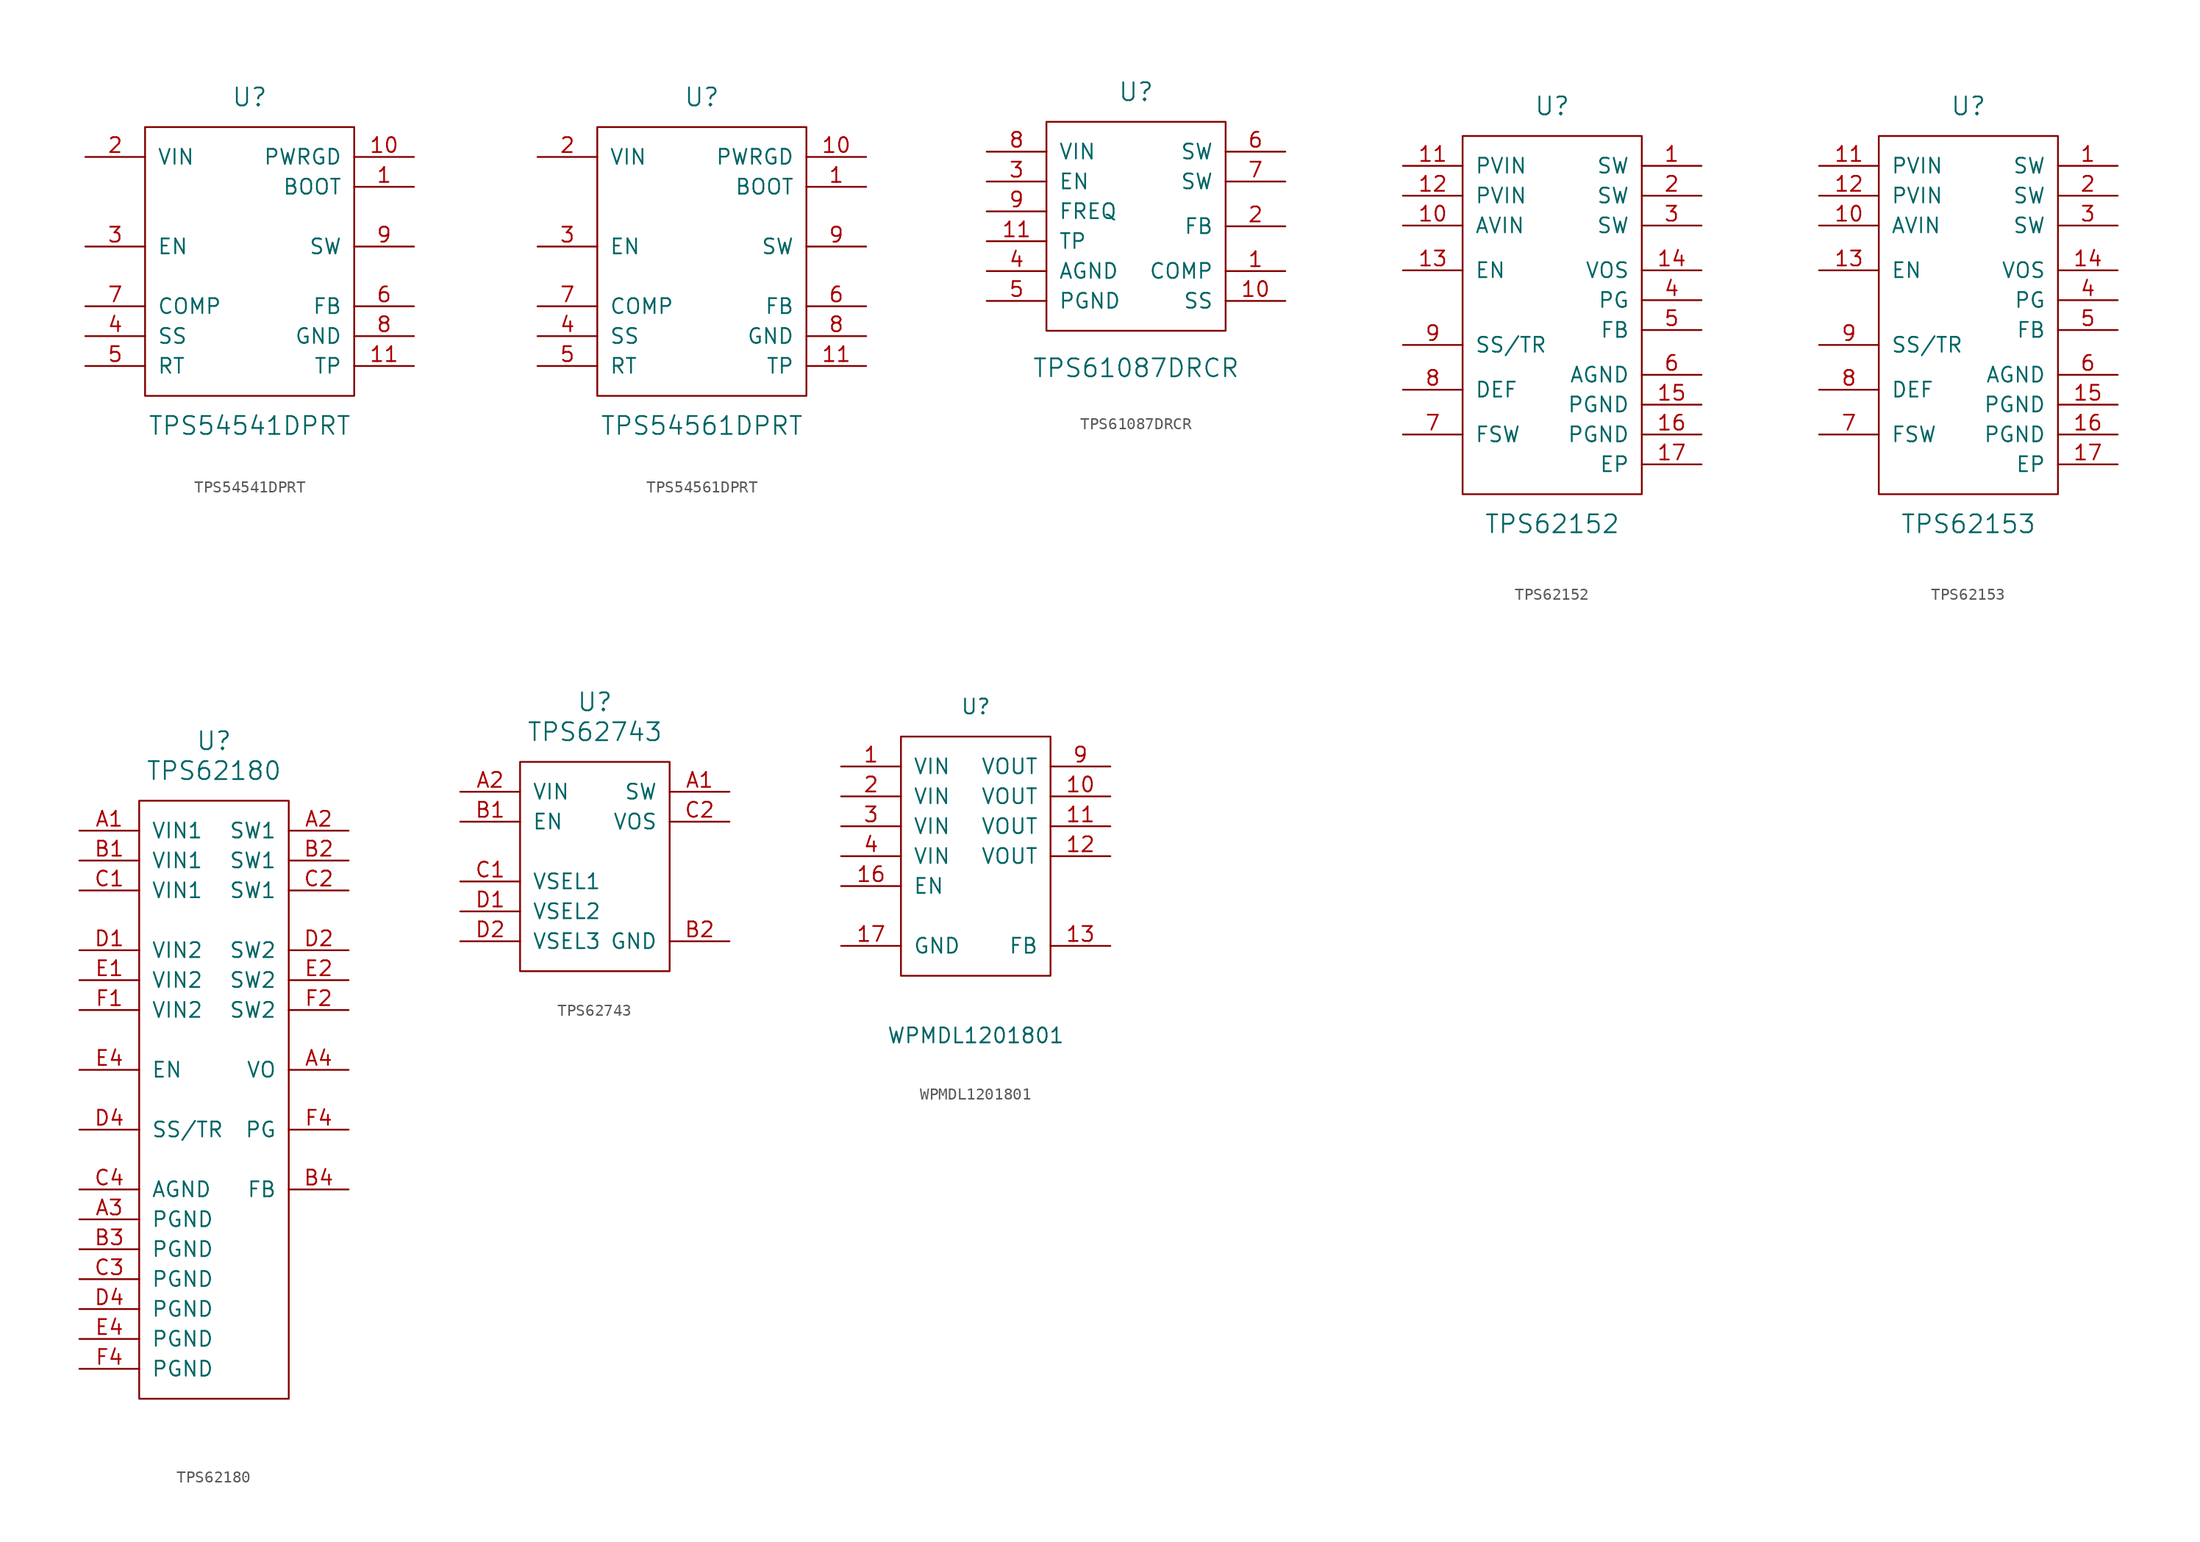
<source format=kicad_sym>
(kicad_symbol_lib
  (version 20201005)
  (generator kicad_symbol_editor)
  (symbol "TPS54541DPRT"
    (pin_names
      (offset 1.016))
    (property "Reference" "U"
      (at 0 12.7 0)
      (effects (font (size 1.524 1.524))))
    (property "Value" "TPS54541DPRT"
      (at 0 -15.24 0)
      (effects (font (size 1.524 1.524))))
    (symbol "TPS54541DPRT_0_1"
      (rectangle (start -8.89 10.16) (end 8.89 -12.7) (stroke (width 0)) (fill (type none))))
    (symbol "TPS54541DPRT_1_1"
      (pin output line (at 13.97 5.08 180) (length 5.08) (name "BOOT" (effects (font (size 1.27 1.27)))) (number "1" (effects (font (size 1.27 1.27)))))
      (pin open_collector line (at 13.97 7.62 180) (length 5.08) (name "PWRGD" (effects (font (size 1.27 1.27)))) (number "10" (effects (font (size 1.27 1.27)))))
      (pin output line (at 13.97 -10.16 180) (length 5.08) (name "TP" (effects (font (size 1.27 1.27)))) (number "11" (effects (font (size 1.27 1.27)))))
      (pin power_in line (at -13.97 7.62 0) (length 5.08) (name "VIN" (effects (font (size 1.27 1.27)))) (number "2" (effects (font (size 1.27 1.27)))))
      (pin input line (at -13.97 0 0) (length 5.08) (name "EN" (effects (font (size 1.27 1.27)))) (number "3" (effects (font (size 1.27 1.27)))))
      (pin input line (at -13.97 -7.62 0) (length 5.08) (name "SS" (effects (font (size 1.27 1.27)))) (number "4" (effects (font (size 1.27 1.27)))))
      (pin input line (at -13.97 -10.16 0) (length 5.08) (name "RT" (effects (font (size 1.27 1.27)))) (number "5" (effects (font (size 1.27 1.27)))))
      (pin input line (at 13.97 -5.08 180) (length 5.08) (name "FB" (effects (font (size 1.27 1.27)))) (number "6" (effects (font (size 1.27 1.27)))))
      (pin output line (at -13.97 -5.08 0) (length 5.08) (name "COMP" (effects (font (size 1.27 1.27)))) (number "7" (effects (font (size 1.27 1.27)))))
      (pin power_in line (at 13.97 -7.62 180) (length 5.08) (name "GND" (effects (font (size 1.27 1.27)))) (number "8" (effects (font (size 1.27 1.27)))))
      (pin power_out line (at 13.97 0 180) (length 5.08) (name "SW" (effects (font (size 1.27 1.27)))) (number "9" (effects (font (size 1.27 1.27)))))))
  (symbol "TPS54561DPRT"
    (pin_names
      (offset 1.016))
    (property "Reference" "U"
      (at 0 12.7 0)
      (effects (font (size 1.524 1.524))))
    (property "Value" "TPS54561DPRT"
      (at 0 -15.24 0)
      (effects (font (size 1.524 1.524))))
    (symbol "TPS54561DPRT_0_1"
      (rectangle (start -8.89 10.16) (end 8.89 -12.7) (stroke (width 0)) (fill (type none))))
    (symbol "TPS54561DPRT_1_1"
      (pin output line (at 13.97 5.08 180) (length 5.08) (name "BOOT" (effects (font (size 1.27 1.27)))) (number "1" (effects (font (size 1.27 1.27)))))
      (pin open_collector line (at 13.97 7.62 180) (length 5.08) (name "PWRGD" (effects (font (size 1.27 1.27)))) (number "10" (effects (font (size 1.27 1.27)))))
      (pin output line (at 13.97 -10.16 180) (length 5.08) (name "TP" (effects (font (size 1.27 1.27)))) (number "11" (effects (font (size 1.27 1.27)))))
      (pin power_in line (at -13.97 7.62 0) (length 5.08) (name "VIN" (effects (font (size 1.27 1.27)))) (number "2" (effects (font (size 1.27 1.27)))))
      (pin input line (at -13.97 0 0) (length 5.08) (name "EN" (effects (font (size 1.27 1.27)))) (number "3" (effects (font (size 1.27 1.27)))))
      (pin input line (at -13.97 -7.62 0) (length 5.08) (name "SS" (effects (font (size 1.27 1.27)))) (number "4" (effects (font (size 1.27 1.27)))))
      (pin input line (at -13.97 -10.16 0) (length 5.08) (name "RT" (effects (font (size 1.27 1.27)))) (number "5" (effects (font (size 1.27 1.27)))))
      (pin input line (at 13.97 -5.08 180) (length 5.08) (name "FB" (effects (font (size 1.27 1.27)))) (number "6" (effects (font (size 1.27 1.27)))))
      (pin output line (at -13.97 -5.08 0) (length 5.08) (name "COMP" (effects (font (size 1.27 1.27)))) (number "7" (effects (font (size 1.27 1.27)))))
      (pin power_in line (at 13.97 -7.62 180) (length 5.08) (name "GND" (effects (font (size 1.27 1.27)))) (number "8" (effects (font (size 1.27 1.27)))))
      (pin power_out line (at 13.97 0 180) (length 5.08) (name "SW" (effects (font (size 1.27 1.27)))) (number "9" (effects (font (size 1.27 1.27)))))))
  (symbol "TPS61087DRCR"
    (pin_names
      (offset 1.016))
    (property "Reference" "U"
      (at 0 11.43 0)
      (effects (font (size 1.524 1.524))))
    (property "Value" "TPS61087DRCR"
      (at 0 -12.065 0)
      (effects (font (size 1.524 1.524))))
    (symbol "TPS61087DRCR_0_1"
      (rectangle (start -7.62 8.89) (end 7.62 -8.89) (stroke (width 0)) (fill (type none))))
    (symbol "TPS61087DRCR_1_1"
      (pin bidirectional line (at 12.7 -3.81 180) (length 5.08) (name "COMP" (effects (font (size 1.27 1.27)))) (number "1" (effects (font (size 1.27 1.27)))))
      (pin output line (at 12.7 -6.35 180) (length 5.08) (name "SS" (effects (font (size 1.27 1.27)))) (number "10" (effects (font (size 1.27 1.27)))))
      (pin power_in line (at -12.7 -1.27 0) (length 5.08) (name "TP" (effects (font (size 1.27 1.27)))) (number "11" (effects (font (size 1.27 1.27)))))
      (pin input line (at 12.7 0 180) (length 5.08) (name "FB" (effects (font (size 1.27 1.27)))) (number "2" (effects (font (size 1.27 1.27)))))
      (pin input line (at -12.7 3.81 0) (length 5.08) (name "EN" (effects (font (size 1.27 1.27)))) (number "3" (effects (font (size 1.27 1.27)))))
      (pin power_in line (at -12.7 -3.81 0) (length 5.08) (name "AGND" (effects (font (size 1.27 1.27)))) (number "4" (effects (font (size 1.27 1.27)))))
      (pin power_in line (at -12.7 -6.35 0) (length 5.08) (name "PGND" (effects (font (size 1.27 1.27)))) (number "5" (effects (font (size 1.27 1.27)))))
      (pin power_out line (at 12.7 6.35 180) (length 5.08) (name "SW" (effects (font (size 1.27 1.27)))) (number "6" (effects (font (size 1.27 1.27)))))
      (pin power_out line (at 12.7 3.81 180) (length 5.08) (name "SW" (effects (font (size 1.27 1.27)))) (number "7" (effects (font (size 1.27 1.27)))))
      (pin power_in line (at -12.7 6.35 0) (length 5.08) (name "VIN" (effects (font (size 1.27 1.27)))) (number "8" (effects (font (size 1.27 1.27)))))
      (pin input line (at -12.7 1.27 0) (length 5.08) (name "FREQ" (effects (font (size 1.27 1.27)))) (number "9" (effects (font (size 1.27 1.27)))))))
  (symbol "TPS62152"
    (pin_names
      (offset 1.016))
    (property "Reference" "U"
      (at 0 17.78 0)
      (effects (font (size 1.524 1.524))))
    (property "Value" "TPS62152"
      (at 0 -17.78 0)
      (effects (font (size 1.524 1.524))))
    (symbol "TPS62152_0_1"
      (rectangle (start -7.62 15.24) (end 7.62 -15.24) (stroke (width 0)) (fill (type none))))
    (symbol "TPS62152_1_1"
      (pin power_out line (at 12.7 12.7 180) (length 5.08) (name "SW" (effects (font (size 1.27 1.27)))) (number "1" (effects (font (size 1.27 1.27)))))
      (pin power_in line (at -12.7 7.62 0) (length 5.08) (name "AVIN" (effects (font (size 1.27 1.27)))) (number "10" (effects (font (size 1.27 1.27)))))
      (pin power_in line (at -12.7 12.7 0) (length 5.08) (name "PVIN" (effects (font (size 1.27 1.27)))) (number "11" (effects (font (size 1.27 1.27)))))
      (pin power_in line (at -12.7 10.16 0) (length 5.08) (name "PVIN" (effects (font (size 1.27 1.27)))) (number "12" (effects (font (size 1.27 1.27)))))
      (pin input line (at -12.7 3.81 0) (length 5.08) (name "EN" (effects (font (size 1.27 1.27)))) (number "13" (effects (font (size 1.27 1.27)))))
      (pin input line (at 12.7 3.81 180) (length 5.08) (name "VOS" (effects (font (size 1.27 1.27)))) (number "14" (effects (font (size 1.27 1.27)))))
      (pin power_in line (at 12.7 -7.62 180) (length 5.08) (name "PGND" (effects (font (size 1.27 1.27)))) (number "15" (effects (font (size 1.27 1.27)))))
      (pin power_in line (at 12.7 -10.16 180) (length 5.08) (name "PGND" (effects (font (size 1.27 1.27)))) (number "16" (effects (font (size 1.27 1.27)))))
      (pin passive line (at 12.7 -12.7 180) (length 5.08) (name "EP" (effects (font (size 1.27 1.27)))) (number "17" (effects (font (size 1.27 1.27)))))
      (pin power_out line (at 12.7 10.16 180) (length 5.08) (name "SW" (effects (font (size 1.27 1.27)))) (number "2" (effects (font (size 1.27 1.27)))))
      (pin power_out line (at 12.7 7.62 180) (length 5.08) (name "SW" (effects (font (size 1.27 1.27)))) (number "3" (effects (font (size 1.27 1.27)))))
      (pin output line (at 12.7 1.27 180) (length 5.08) (name "PG" (effects (font (size 1.27 1.27)))) (number "4" (effects (font (size 1.27 1.27)))))
      (pin input line (at 12.7 -1.27 180) (length 5.08) (name "FB" (effects (font (size 1.27 1.27)))) (number "5" (effects (font (size 1.27 1.27)))))
      (pin power_in line (at 12.7 -5.08 180) (length 5.08) (name "AGND" (effects (font (size 1.27 1.27)))) (number "6" (effects (font (size 1.27 1.27)))))
      (pin input line (at -12.7 -10.16 0) (length 5.08) (name "FSW" (effects (font (size 1.27 1.27)))) (number "7" (effects (font (size 1.27 1.27)))))
      (pin input line (at -12.7 -6.35 0) (length 5.08) (name "DEF" (effects (font (size 1.27 1.27)))) (number "8" (effects (font (size 1.27 1.27)))))
      (pin input line (at -12.7 -2.54 0) (length 5.08) (name "SS/TR" (effects (font (size 1.27 1.27)))) (number "9" (effects (font (size 1.27 1.27)))))))
  (symbol "TPS62153"
    (pin_names
      (offset 1.016))
    (property "Reference" "U"
      (at 0 19.05 0)
      (effects (font (size 1.524 1.524))))
    (property "Value" "TPS62153"
      (at 0 -16.51 0)
      (effects (font (size 1.524 1.524))))
    (symbol "TPS62153_0_1"
      (rectangle (start -7.62 16.51) (end 7.62 -13.97) (stroke (width 0)) (fill (type none))))
    (symbol "TPS62153_1_1"
      (pin power_out line (at 12.7 13.97 180) (length 5.08) (name "SW" (effects (font (size 1.27 1.27)))) (number "1" (effects (font (size 1.27 1.27)))))
      (pin power_in line (at -12.7 8.89 0) (length 5.08) (name "AVIN" (effects (font (size 1.27 1.27)))) (number "10" (effects (font (size 1.27 1.27)))))
      (pin power_in line (at -12.7 13.97 0) (length 5.08) (name "PVIN" (effects (font (size 1.27 1.27)))) (number "11" (effects (font (size 1.27 1.27)))))
      (pin power_in line (at -12.7 11.43 0) (length 5.08) (name "PVIN" (effects (font (size 1.27 1.27)))) (number "12" (effects (font (size 1.27 1.27)))))
      (pin input line (at -12.7 5.08 0) (length 5.08) (name "EN" (effects (font (size 1.27 1.27)))) (number "13" (effects (font (size 1.27 1.27)))))
      (pin input line (at 12.7 5.08 180) (length 5.08) (name "VOS" (effects (font (size 1.27 1.27)))) (number "14" (effects (font (size 1.27 1.27)))))
      (pin power_in line (at 12.7 -6.35 180) (length 5.08) (name "PGND" (effects (font (size 1.27 1.27)))) (number "15" (effects (font (size 1.27 1.27)))))
      (pin power_in line (at 12.7 -8.89 180) (length 5.08) (name "PGND" (effects (font (size 1.27 1.27)))) (number "16" (effects (font (size 1.27 1.27)))))
      (pin passive line (at 12.7 -11.43 180) (length 5.08) (name "EP" (effects (font (size 1.27 1.27)))) (number "17" (effects (font (size 1.27 1.27)))))
      (pin power_out line (at 12.7 11.43 180) (length 5.08) (name "SW" (effects (font (size 1.27 1.27)))) (number "2" (effects (font (size 1.27 1.27)))))
      (pin power_out line (at 12.7 8.89 180) (length 5.08) (name "SW" (effects (font (size 1.27 1.27)))) (number "3" (effects (font (size 1.27 1.27)))))
      (pin output line (at 12.7 2.54 180) (length 5.08) (name "PG" (effects (font (size 1.27 1.27)))) (number "4" (effects (font (size 1.27 1.27)))))
      (pin input line (at 12.7 0 180) (length 5.08) (name "FB" (effects (font (size 1.27 1.27)))) (number "5" (effects (font (size 1.27 1.27)))))
      (pin power_in line (at 12.7 -3.81 180) (length 5.08) (name "AGND" (effects (font (size 1.27 1.27)))) (number "6" (effects (font (size 1.27 1.27)))))
      (pin input line (at -12.7 -8.89 0) (length 5.08) (name "FSW" (effects (font (size 1.27 1.27)))) (number "7" (effects (font (size 1.27 1.27)))))
      (pin input line (at -12.7 -5.08 0) (length 5.08) (name "DEF" (effects (font (size 1.27 1.27)))) (number "8" (effects (font (size 1.27 1.27)))))
      (pin input line (at -12.7 -1.27 0) (length 5.08) (name "SS/TR" (effects (font (size 1.27 1.27)))) (number "9" (effects (font (size 1.27 1.27)))))))
  (symbol "TPS62180"
    (pin_names
      (offset 1.016))
    (property "Reference" "U"
      (at 0 30.48 0)
      (effects (font (size 1.524 1.524))))
    (property "Value" "TPS62180"
      (at 0 27.94 0)
      (effects (font (size 1.524 1.524))))
    (symbol "TPS62180_0_1"
      (rectangle (start -6.35 25.4) (end 6.35 -25.4) (stroke (width 0)) (fill (type none))))
    (symbol "TPS62180_1_1"
      (pin power_in line (at -11.43 22.86 0) (length 5.08) (name "VIN1" (effects (font (size 1.27 1.27)))) (number "A1" (effects (font (size 1.27 1.27)))))
      (pin power_out line (at 11.43 22.86 180) (length 5.08) (name "SW1" (effects (font (size 1.27 1.27)))) (number "A2" (effects (font (size 1.27 1.27)))))
      (pin power_in line (at -11.43 -10.16 0) (length 5.08) (name "PGND" (effects (font (size 1.27 1.27)))) (number "A3" (effects (font (size 1.27 1.27)))))
      (pin input line (at 11.43 2.54 180) (length 5.08) (name "VO" (effects (font (size 1.27 1.27)))) (number "A4" (effects (font (size 1.27 1.27)))))
      (pin power_in line (at -11.43 20.32 0) (length 5.08) (name "VIN1" (effects (font (size 1.27 1.27)))) (number "B1" (effects (font (size 1.27 1.27)))))
      (pin power_out line (at 11.43 20.32 180) (length 5.08) (name "SW1" (effects (font (size 1.27 1.27)))) (number "B2" (effects (font (size 1.27 1.27)))))
      (pin power_in line (at -11.43 -12.7 0) (length 5.08) (name "PGND" (effects (font (size 1.27 1.27)))) (number "B3" (effects (font (size 1.27 1.27)))))
      (pin input line (at 11.43 -7.62 180) (length 5.08) (name "FB" (effects (font (size 1.27 1.27)))) (number "B4" (effects (font (size 1.27 1.27)))))
      (pin power_in line (at -11.43 17.78 0) (length 5.08) (name "VIN1" (effects (font (size 1.27 1.27)))) (number "C1" (effects (font (size 1.27 1.27)))))
      (pin power_out line (at 11.43 17.78 180) (length 5.08) (name "SW1" (effects (font (size 1.27 1.27)))) (number "C2" (effects (font (size 1.27 1.27)))))
      (pin power_in line (at -11.43 -15.24 0) (length 5.08) (name "PGND" (effects (font (size 1.27 1.27)))) (number "C3" (effects (font (size 1.27 1.27)))))
      (pin power_in line (at -11.43 -7.62 0) (length 5.08) (name "AGND" (effects (font (size 1.27 1.27)))) (number "C4" (effects (font (size 1.27 1.27)))))
      (pin power_in line (at -11.43 12.7 0) (length 5.08) (name "VIN2" (effects (font (size 1.27 1.27)))) (number "D1" (effects (font (size 1.27 1.27)))))
      (pin power_out line (at 11.43 12.7 180) (length 5.08) (name "SW2" (effects (font (size 1.27 1.27)))) (number "D2" (effects (font (size 1.27 1.27)))))
      (pin power_in line (at -11.43 -17.78 0) (length 5.08) (name "PGND" (effects (font (size 1.27 1.27)))) (number "D4" (effects (font (size 1.27 1.27)))))
      (pin input line (at -11.43 -2.54 0) (length 5.08) (name "SS/TR" (effects (font (size 1.27 1.27)))) (number "D4" (effects (font (size 1.27 1.27)))))
      (pin power_in line (at -11.43 10.16 0) (length 5.08) (name "VIN2" (effects (font (size 1.27 1.27)))) (number "E1" (effects (font (size 1.27 1.27)))))
      (pin power_out line (at 11.43 10.16 180) (length 5.08) (name "SW2" (effects (font (size 1.27 1.27)))) (number "E2" (effects (font (size 1.27 1.27)))))
      (pin input line (at -11.43 2.54 0) (length 5.08) (name "EN" (effects (font (size 1.27 1.27)))) (number "E4" (effects (font (size 1.27 1.27)))))
      (pin power_in line (at -11.43 -20.32 0) (length 5.08) (name "PGND" (effects (font (size 1.27 1.27)))) (number "E4" (effects (font (size 1.27 1.27)))))
      (pin power_in line (at -11.43 7.62 0) (length 5.08) (name "VIN2" (effects (font (size 1.27 1.27)))) (number "F1" (effects (font (size 1.27 1.27)))))
      (pin power_out line (at 11.43 7.62 180) (length 5.08) (name "SW2" (effects (font (size 1.27 1.27)))) (number "F2" (effects (font (size 1.27 1.27)))))
      (pin open_collector line (at 11.43 -2.54 180) (length 5.08) (name "PG" (effects (font (size 1.27 1.27)))) (number "F4" (effects (font (size 1.27 1.27)))))
      (pin power_in line (at -11.43 -22.86 0) (length 5.08) (name "PGND" (effects (font (size 1.27 1.27)))) (number "F4" (effects (font (size 1.27 1.27)))))))
  (symbol "TPS62743"
    (pin_names
      (offset 1.016))
    (property "Reference" "U"
      (at 0 12.7 0)
      (effects (font (size 1.524 1.524))))
    (property "Value" "TPS62743"
      (at 0 10.16 0)
      (effects (font (size 1.524 1.524))))
    (symbol "TPS62743_0_1"
      (rectangle (start -6.35 7.62) (end 6.35 -10.16) (stroke (width 0)) (fill (type none))))
    (symbol "TPS62743_1_1"
      (pin power_out line (at 11.43 5.08 180) (length 5.08) (name "SW" (effects (font (size 1.27 1.27)))) (number "A1" (effects (font (size 1.27 1.27)))))
      (pin power_in line (at -11.43 5.08 0) (length 5.08) (name "VIN" (effects (font (size 1.27 1.27)))) (number "A2" (effects (font (size 1.27 1.27)))))
      (pin input line (at -11.43 2.54 0) (length 5.08) (name "EN" (effects (font (size 1.27 1.27)))) (number "B1" (effects (font (size 1.27 1.27)))))
      (pin power_in line (at 11.43 -7.62 180) (length 5.08) (name "GND" (effects (font (size 1.27 1.27)))) (number "B2" (effects (font (size 1.27 1.27)))))
      (pin input line (at -11.43 -2.54 0) (length 5.08) (name "VSEL1" (effects (font (size 1.27 1.27)))) (number "C1" (effects (font (size 1.27 1.27)))))
      (pin input line (at 11.43 2.54 180) (length 5.08) (name "VOS" (effects (font (size 1.27 1.27)))) (number "C2" (effects (font (size 1.27 1.27)))))
      (pin input line (at -11.43 -5.08 0) (length 5.08) (name "VSEL2" (effects (font (size 1.27 1.27)))) (number "D1" (effects (font (size 1.27 1.27)))))
      (pin input line (at -11.43 -7.62 0) (length 5.08) (name "VSEL3" (effects (font (size 1.27 1.27)))) (number "D2" (effects (font (size 1.27 1.27)))))))
  (symbol "WPMDL1201801"
    (pin_names
      (offset 1.016))
    (property "Reference" "U"
      (at 0 12.7 0)
      (effects (font (size 1.27 1.27))))
    (property "Value" "WPMDL1201801"
      (at 0 -15.24 0)
      (effects (font (size 1.27 1.27))))
    (symbol "WPMDL1201801_0_0"
      (pin power_in line (at -11.43 7.62 0) (length 5.08) (name "VIN" (effects (font (size 1.27 1.27)))) (number "1" (effects (font (size 1.27 1.27)))))
      (pin input line (at 11.43 -7.62 180) (length 5.08) (name "FB" (effects (font (size 1.27 1.27)))) (number "13" (effects (font (size 1.27 1.27)))))
      (pin input line (at -11.43 -2.54 0) (length 5.08) (name "EN" (effects (font (size 1.27 1.27)))) (number "16" (effects (font (size 1.27 1.27)))))
      (pin power_in line (at -11.43 -7.62 0) (length 5.08) (name "GND" (effects (font (size 1.27 1.27)))) (number "17" (effects (font (size 1.27 1.27)))))
      (pin unconnected line (at -6.35 -10.16 90) (length 0) hide (name "NC" (effects (font (size 1.27 1.27)))) (number "5" (effects (font (size 1.27 1.27)))))
      (pin power_in line (at 11.43 7.62 180) (length 5.08) (name "VOUT" (effects (font (size 1.27 1.27)))) (number "9" (effects (font (size 1.27 1.27))))))
    (symbol "WPMDL1201801_0_1"
      (rectangle (start -6.35 10.16) (end 6.35 -10.16) (stroke (width 0)) (fill (type none))))
    (symbol "WPMDL1201801_1_0"
      (pin power_in line (at 11.43 5.08 180) (length 5.08) (name "VOUT" (effects (font (size 1.27 1.27)))) (number "10" (effects (font (size 1.27 1.27)))))
      (pin power_in line (at 11.43 2.54 180) (length 5.08) (name "VOUT" (effects (font (size 1.27 1.27)))) (number "11" (effects (font (size 1.27 1.27)))))
      (pin power_in line (at 11.43 0 180) (length 5.08) (name "VOUT" (effects (font (size 1.27 1.27)))) (number "12" (effects (font (size 1.27 1.27)))))
      (pin unconnected line (at 3.81 -15.24 90) (length 5.08) hide (name "NC" (effects (font (size 1.27 1.27)))) (number "14" (effects (font (size 1.27 1.27)))))
      (pin unconnected line (at 6.35 -15.24 90) (length 5.08) hide (name "NC" (effects (font (size 1.27 1.27)))) (number "15" (effects (font (size 1.27 1.27)))))
      (pin power_in line (at -11.43 5.08 0) (length 5.08) (name "VIN" (effects (font (size 1.27 1.27)))) (number "2" (effects (font (size 1.27 1.27)))))
      (pin power_in line (at -11.43 2.54 0) (length 5.08) (name "VIN" (effects (font (size 1.27 1.27)))) (number "3" (effects (font (size 1.27 1.27)))))
      (pin power_in line (at -11.43 0 0) (length 5.08) (name "VIN" (effects (font (size 1.27 1.27)))) (number "4" (effects (font (size 1.27 1.27)))))
      (pin unconnected line (at -3.81 -15.24 90) (length 5.08) hide (name "NC" (effects (font (size 1.27 1.27)))) (number "6" (effects (font (size 1.27 1.27)))))
      (pin unconnected line (at -1.27 -15.24 90) (length 5.08) hide (name "NC" (effects (font (size 1.27 1.27)))) (number "7" (effects (font (size 1.27 1.27)))))
      (pin unconnected line (at 1.27 -15.24 90) (length 5.08) hide (name "NC" (effects (font (size 1.27 1.27)))) (number "8" (effects (font (size 1.27 1.27))))))))
</source>
